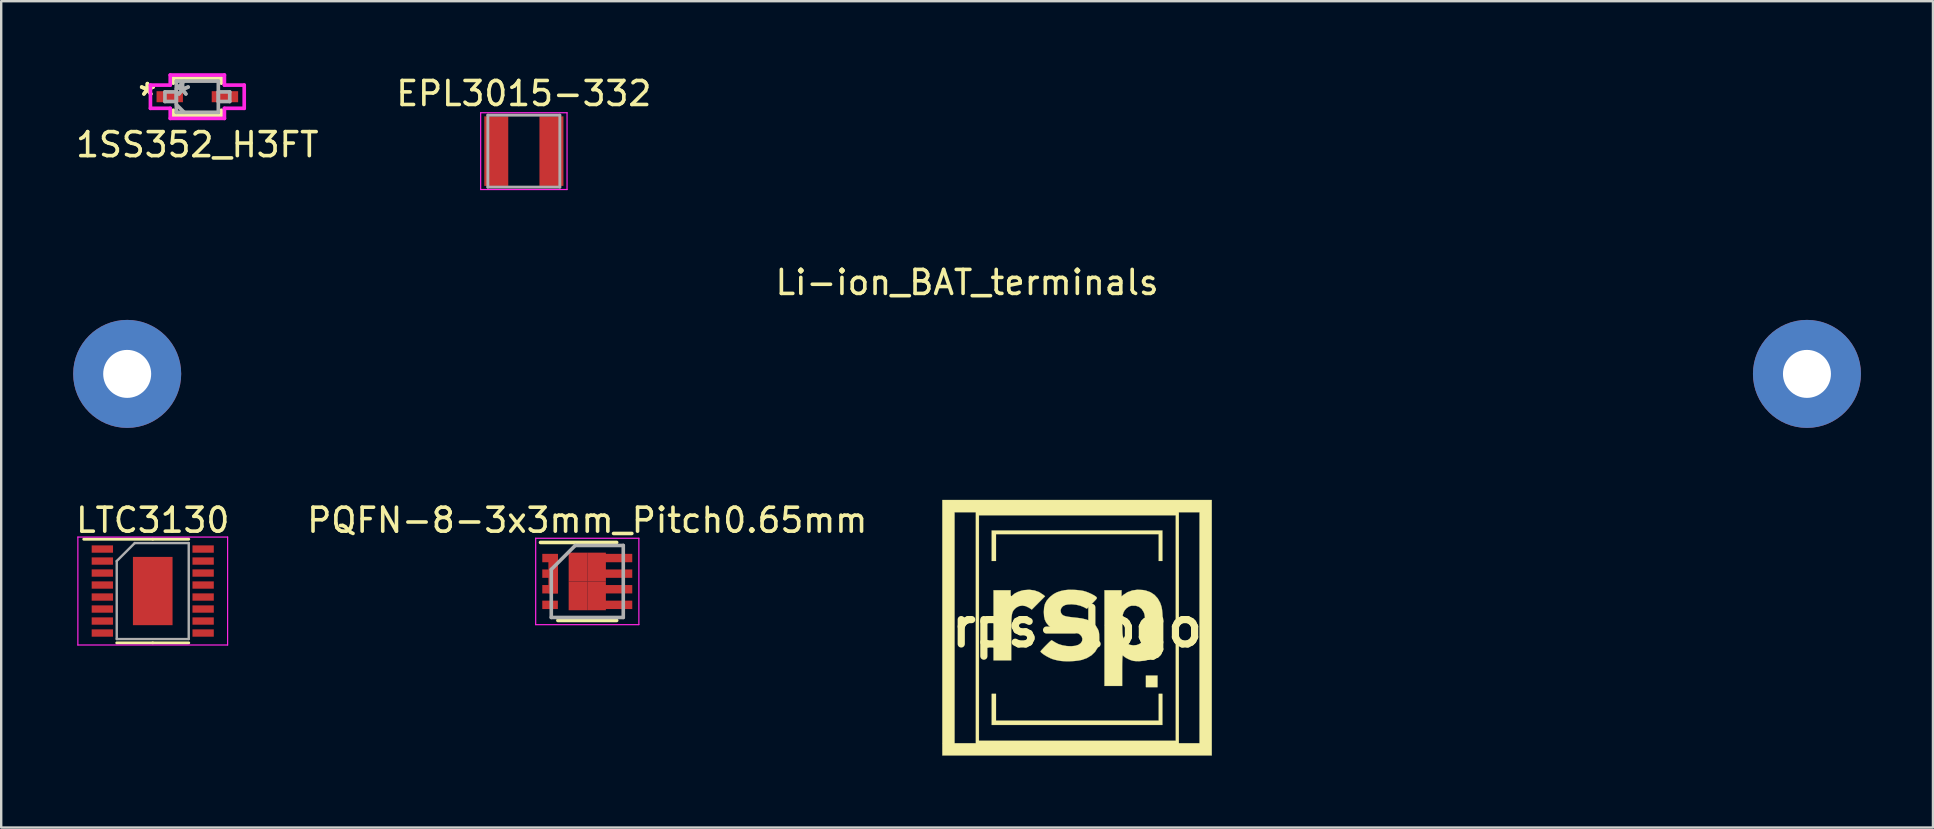
<source format=kicad_pcb>
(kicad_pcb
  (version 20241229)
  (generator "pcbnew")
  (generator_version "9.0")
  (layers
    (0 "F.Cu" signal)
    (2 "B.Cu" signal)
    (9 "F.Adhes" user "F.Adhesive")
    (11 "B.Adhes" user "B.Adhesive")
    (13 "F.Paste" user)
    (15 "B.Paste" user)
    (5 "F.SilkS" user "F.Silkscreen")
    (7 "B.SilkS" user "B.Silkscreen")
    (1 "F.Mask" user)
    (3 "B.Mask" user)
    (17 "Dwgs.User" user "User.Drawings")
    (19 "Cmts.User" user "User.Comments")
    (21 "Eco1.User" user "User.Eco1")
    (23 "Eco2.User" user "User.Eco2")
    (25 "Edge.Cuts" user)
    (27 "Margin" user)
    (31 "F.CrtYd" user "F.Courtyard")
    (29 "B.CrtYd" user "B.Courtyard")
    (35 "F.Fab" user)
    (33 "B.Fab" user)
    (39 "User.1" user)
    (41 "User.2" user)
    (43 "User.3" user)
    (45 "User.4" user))
  (footprint "Li-ion_BAT_terminals"
    (layer "F.Cu")
    (at 37.25 12.531)
    (property "Reference" "Li-ion_BAT_terminals" (at 0 -3.81 0) (layer "F.SilkS") (effects (font (size 1 1) (thickness 0.15))))
    (attr through_hole)
    (pad "1" thru_hole circle (at -35 0) (size 4.501 4.501) (drill 1.999) (layers "*.Cu" "*.Mask"))
    (pad "1" thru_hole circle (at 35 0) (size 4.501 4.501) (drill 1.999) (layers "*.Cu" "*.Mask")))
  (footprint "LTC3130"
    (layer "F.Cu")
    (at 3.315 21.58)
    (property "Reference" "LTC3130" (at 0 -2.95 0) (layer "F.SilkS") (effects (font (size 1 1) (thickness 0.15))))
    (attr smd)
    (fp_line (start 0 -2.16) (end -2.875 -2.16) (stroke (width 0.12) (type solid)) (layer "F.SilkS"))
    (fp_line (start 0 -2.16) (end 1.5 -2.16) (stroke (width 0.12) (type solid)) (layer "F.SilkS"))
    (fp_line (start 0 2.16) (end -1.5 2.16) (stroke (width 0.12) (type solid)) (layer "F.SilkS"))
    (fp_line (start 0 2.16) (end 1.5 2.16) (stroke (width 0.12) (type solid)) (layer "F.SilkS"))
    (fp_line (start -3.12 -2.25) (end -3.12 2.25) (stroke (width 0.05) (type solid)) (layer "F.CrtYd"))
    (fp_line (start -3.12 2.25) (end 3.12 2.25) (stroke (width 0.05) (type solid)) (layer "F.CrtYd"))
    (fp_line (start 3.12 -2.25) (end -3.12 -2.25) (stroke (width 0.05) (type solid)) (layer "F.CrtYd"))
    (fp_line (start 3.12 2.25) (end 3.12 -2.25) (stroke (width 0.05) (type solid)) (layer "F.CrtYd"))
    (fp_line (start -1.5 -1.25) (end -0.75 -2) (stroke (width 0.1) (type solid)) (layer "F.Fab"))
    (fp_line (start -1.5 2) (end -1.5 -1.25) (stroke (width 0.1) (type solid)) (layer "F.Fab"))
    (fp_line (start -0.75 -2) (end 1.5 -2) (stroke (width 0.1) (type solid)) (layer "F.Fab"))
    (fp_line (start 1.5 -2) (end 1.5 2) (stroke (width 0.1) (type solid)) (layer "F.Fab"))
    (fp_line (start 1.5 2) (end -1.5 2) (stroke (width 0.1) (type solid)) (layer "F.Fab"))
    (pad "" smd roundrect (at -0.41 -0.71) (size 0.67 1.15) (layers "F.Paste") (roundrect_rratio 0.25))
    (pad "" smd roundrect (at -0.41 0.71) (size 0.67 1.15) (layers "F.Paste") (roundrect_rratio 0.25))
    (pad "" smd roundrect (at 0.41 -0.71) (size 0.67 1.15) (layers "F.Paste") (roundrect_rratio 0.25))
    (pad "" smd roundrect (at 0.41 0.71) (size 0.67 1.15) (layers "F.Paste") (roundrect_rratio 0.25))
    (pad "1" smd rect (at -2.1 -1.75) (size 0.889 0.305) (layers "F.Cu" "F.Mask" "F.Paste"))
    (pad "2" smd rect (at -2.1 -1.25) (size 0.889 0.305) (layers "F.Cu" "F.Mask" "F.Paste"))
    (pad "3" smd rect (at -2.1 -0.75) (size 0.889 0.305) (layers "F.Cu" "F.Mask" "F.Paste"))
    (pad "4" smd rect (at -2.1 -0.25) (size 0.889 0.305) (layers "F.Cu" "F.Mask" "F.Paste"))
    (pad "5" smd rect (at -2.1 0.25) (size 0.889 0.305) (layers "F.Cu" "F.Mask" "F.Paste"))
    (pad "6" smd rect (at -2.1 0.75) (size 0.889 0.305) (layers "F.Cu" "F.Mask" "F.Paste"))
    (pad "7" smd rect (at -2.1 1.25) (size 0.889 0.305) (layers "F.Cu" "F.Mask" "F.Paste"))
    (pad "8" smd rect (at -2.1 1.75) (size 0.889 0.305) (layers "F.Cu" "F.Mask" "F.Paste"))
    (pad "9" smd rect (at 2.1 1.75) (size 0.889 0.305) (layers "F.Cu" "F.Mask" "F.Paste"))
    (pad "10" smd rect (at 2.1 1.25) (size 0.889 0.305) (layers "F.Cu" "F.Mask" "F.Paste"))
    (pad "11" smd rect (at 2.1 0.75) (size 0.889 0.305) (layers "F.Cu" "F.Mask" "F.Paste"))
    (pad "12" smd rect (at 2.1 0.25) (size 0.889 0.305) (layers "F.Cu" "F.Mask" "F.Paste"))
    (pad "13" smd rect (at 2.1 -0.25) (size 0.889 0.305) (layers "F.Cu" "F.Mask" "F.Paste"))
    (pad "14" smd rect (at 2.1 -0.75) (size 0.889 0.305) (layers "F.Cu" "F.Mask" "F.Paste"))
    (pad "15" smd rect (at 2.1 -1.25) (size 0.889 0.305) (layers "F.Cu" "F.Mask" "F.Paste"))
    (pad "16" smd rect (at 2.1 -1.75) (size 0.889 0.305) (layers "F.Cu" "F.Mask" "F.Paste"))
    (pad "17" smd rect (at 0 0) (size 1.651 2.845) (layers "F.Cu" "F.Mask")))
  (footprint "1SS352_H3FT"
    (layer "F.Cu")
    (at 5.173 0.98)
    (property "Reference" "1SS352_H3FT" (at 0 2 0) (layer "F.SilkS") (effects (font (size 1 1) (thickness 0.15))))
    (attr through_hole)
    (fp_line (start -1.002 -0.777) (end -1.002 -0.563) (stroke (width 0.152) (type solid)) (layer "F.SilkS"))
    (fp_line (start -1.002 0.563) (end -1.002 0.777) (stroke (width 0.152) (type solid)) (layer "F.SilkS"))
    (fp_line (start -1.002 0.777) (end 1.002 0.777) (stroke (width 0.152) (type solid)) (layer "F.SilkS"))
    (fp_line (start 1.002 -0.777) (end -1.002 -0.777) (stroke (width 0.152) (type solid)) (layer "F.SilkS"))
    (fp_line (start 1.002 -0.563) (end 1.002 -0.777) (stroke (width 0.152) (type solid)) (layer "F.SilkS"))
    (fp_line (start 1.002 0.777) (end 1.002 0.563) (stroke (width 0.152) (type solid)) (layer "F.SilkS"))
    (fp_line (start -1.954 -0.484) (end -1.129 -0.484) (stroke (width 0.152) (type solid)) (layer "F.CrtYd"))
    (fp_line (start -1.954 0.484) (end -1.954 -0.484) (stroke (width 0.152) (type solid)) (layer "F.CrtYd"))
    (fp_line (start -1.129 -0.904) (end 1.129 -0.904) (stroke (width 0.152) (type solid)) (layer "F.CrtYd"))
    (fp_line (start -1.129 -0.484) (end -1.129 -0.904) (stroke (width 0.152) (type solid)) (layer "F.CrtYd"))
    (fp_line (start -1.129 0.484) (end -1.954 0.484) (stroke (width 0.152) (type solid)) (layer "F.CrtYd"))
    (fp_line (start -1.129 0.904) (end -1.129 0.484) (stroke (width 0.152) (type solid)) (layer "F.CrtYd"))
    (fp_line (start 1.129 -0.904) (end 1.129 -0.484) (stroke (width 0.152) (type solid)) (layer "F.CrtYd"))
    (fp_line (start 1.129 -0.484) (end 1.954 -0.484) (stroke (width 0.152) (type solid)) (layer "F.CrtYd"))
    (fp_line (start 1.129 0.484) (end 1.129 0.904) (stroke (width 0.152) (type solid)) (layer "F.CrtYd"))
    (fp_line (start 1.129 0.904) (end -1.129 0.904) (stroke (width 0.152) (type solid)) (layer "F.CrtYd"))
    (fp_line (start 1.954 -0.484) (end 1.954 0.484) (stroke (width 0.152) (type solid)) (layer "F.CrtYd"))
    (fp_line (start 1.954 0.484) (end 1.129 0.484) (stroke (width 0.152) (type solid)) (layer "F.CrtYd"))
    (fp_line (start -1.35 -0.2) (end -1.35 0.2) (stroke (width 0.152) (type solid)) (layer "F.Fab"))
    (fp_line (start -1.35 0.2) (end -0.875 0.2) (stroke (width 0.152) (type solid)) (layer "F.Fab"))
    (fp_line (start -0.875 -0.65) (end -0.875 0.65) (stroke (width 0.152) (type solid)) (layer "F.Fab"))
    (fp_line (start -0.875 -0.325) (end -0.55 -0.65) (stroke (width 0.152) (type solid)) (layer "F.Fab"))
    (fp_line (start -0.875 -0.2) (end -1.35 -0.2) (stroke (width 0.152) (type solid)) (layer "F.Fab"))
    (fp_line (start -0.875 0.2) (end -0.875 -0.2) (stroke (width 0.152) (type solid)) (layer "F.Fab"))
    (fp_line (start -0.875 0.325) (end -0.55 0.65) (stroke (width 0.152) (type solid)) (layer "F.Fab"))
    (fp_line (start -0.875 0.65) (end 0.875 0.65) (stroke (width 0.152) (type solid)) (layer "F.Fab"))
    (fp_line (start 0.875 -0.65) (end -0.875 -0.65) (stroke (width 0.152) (type solid)) (layer "F.Fab"))
    (fp_line (start 0.875 -0.2) (end 0.875 0.2) (stroke (width 0.152) (type solid)) (layer "F.Fab"))
    (fp_line (start 0.875 0.2) (end 1.35 0.2) (stroke (width 0.152) (type solid)) (layer "F.Fab"))
    (fp_line (start 0.875 0.65) (end 0.875 -0.65) (stroke (width 0.152) (type solid)) (layer "F.Fab"))
    (fp_line (start 1.35 -0.2) (end 0.875 -0.2) (stroke (width 0.152) (type solid)) (layer "F.Fab"))
    (fp_line (start 1.35 0.2) (end 1.35 -0.2) (stroke (width 0.152) (type solid)) (layer "F.Fab"))
    (fp_text user "*" (at -2.081 0 0) (layer "F.SilkS") (effects (font (size 1 1) (thickness 0.15))))
    (fp_text user "*" (at -2.081 0 0) (layer "F.SilkS") (effects (font (size 1 1) (thickness 0.15))))
    (fp_text user "*" (at -0.621 0 0) (layer "F.Fab") (effects (font (size 1 1) (thickness 0.15))))
    (fp_text user "*" (at -0.621 0 0) (layer "F.Fab") (effects (font (size 1 1) (thickness 0.15))))
    (pad "1" smd rect (at -1.15 0) (size 1.1 0.46) (layers "F.Cu" "F.Mask" "F.Paste"))
    (pad "2" smd rect (at 1.15 0) (size 1.1 0.46) (layers "F.Cu" "F.Mask" "F.Paste")))
  (footprint "rps-logo"
    (layer "F.Cu")
    (at 41.833 23.096)
    (property "Reference" "rps-logo" (at 0 0 0) (layer "F.SilkS") (effects (font (size 1.524 1.524) (thickness 0.3))))
    (attr through_hole)
    (fp_poly (pts (xy 3.353 2.489) (xy 2.87 2.489) (xy 2.87 2.007) (xy 3.353 2.007) (xy 3.353 2.489)) (stroke (width 0.01) (type solid)) (fill yes) (layer "F.SilkS"))
    (fp_poly (pts (xy -3.378 3.886) (xy 3.404 3.886) (xy 3.404 2.769) (xy 3.556 2.769) (xy 3.556 4.064) (xy -3.556 4.064) (xy -3.556 2.769) (xy -3.378 2.769) (xy -3.378 3.886)) (stroke (width 0.01) (type solid)) (fill yes) (layer "F.SilkS"))
    (fp_poly (pts (xy 3.556 -2.769) (xy 3.404 -2.769) (xy 3.404 -3.886) (xy -3.378 -3.886) (xy -3.378 -2.769) (xy -3.556 -2.769) (xy -3.556 -4.039) (xy 3.556 -4.039) (xy 3.556 -2.769)) (stroke (width 0.01) (type solid)) (fill yes) (layer "F.SilkS"))
    (fp_poly (pts (xy 5.613 5.334) (xy -5.613 5.334) (xy -5.613 -4.801) (xy -5.105 -4.801) (xy -5.105 4.826) (xy -4.216 4.826) (xy -4.216 -4.674) (xy -4.089 -4.674) (xy -4.089 4.724) (xy 4.115 4.724) (xy 4.115 -4.674) (xy -4.089 -4.674) (xy -4.216 -4.674) (xy -4.216 -4.801) (xy 4.242 -4.801) (xy 4.242 4.826) (xy 5.105 4.826) (xy 5.105 -4.801) (xy 4.242 -4.801) (xy -4.216 -4.801) (xy -5.105 -4.801) (xy -5.613 -4.801) (xy -5.613 -5.309) (xy 5.613 -5.309) (xy 5.613 5.334)) (stroke (width 0.01) (type solid)) (fill yes) (layer "F.SilkS"))
    (fp_poly (pts (xy -1.777 -1.542) (xy -1.581 -1.472) (xy -1.41 -1.362) (xy -1.41 -1.362) (xy -1.333 -1.298) (xy -1.61 -1.02) (xy -1.886 -0.742) (xy -1.994 -0.816) (xy -2.136 -0.886) (xy -2.279 -0.91) (xy -2.416 -0.888) (xy -2.539 -0.822) (xy -2.585 -0.78) (xy -2.624 -0.739) (xy -2.656 -0.697) (xy -2.681 -0.65) (xy -2.702 -0.593) (xy -2.717 -0.521) (xy -2.728 -0.428) (xy -2.735 -0.308) (xy -2.74 -0.158) (xy -2.742 0.029) (xy -2.743 0.258) (xy -2.743 0.448) (xy -2.743 1.372) (xy -3.48 1.372) (xy -3.48 -1.549) (xy -2.769 -1.549) (xy -2.769 -1.422) (xy -2.764 -1.339) (xy -2.749 -1.302) (xy -2.718 -1.31) (xy -2.677 -1.349) (xy -2.592 -1.417) (xy -2.469 -1.479) (xy -2.324 -1.529) (xy -2.211 -1.554) (xy -1.99 -1.57) (xy -1.777 -1.542)) (stroke (width 0.01) (type solid)) (fill yes) (layer "F.SilkS"))
    (fp_poly (pts (xy 2.751 -1.558) (xy 2.866 -1.536) (xy 3.063 -1.465) (xy 3.23 -1.354) (xy 3.366 -1.204) (xy 3.468 -1.018) (xy 3.521 -0.859) (xy 3.541 -0.749) (xy 3.556 -0.599) (xy 3.566 -0.42) (xy 3.572 -0.223) (xy 3.573 -0.018) (xy 3.57 0.184) (xy 3.561 0.372) (xy 3.548 0.535) (xy 3.53 0.664) (xy 3.521 0.705) (xy 3.446 0.92) (xy 3.34 1.096) (xy 3.202 1.231) (xy 3.032 1.328) (xy 2.83 1.386) (xy 2.593 1.407) (xy 2.565 1.407) (xy 2.442 1.404) (xy 2.352 1.395) (xy 2.275 1.376) (xy 2.194 1.345) (xy 2.159 1.329) (xy 2.071 1.285) (xy 2 1.243) (xy 1.959 1.211) (xy 1.959 1.211) (xy 1.922 1.177) (xy 1.902 1.168) (xy 1.896 1.193) (xy 1.89 1.261) (xy 1.886 1.366) (xy 1.882 1.502) (xy 1.88 1.662) (xy 1.88 1.803) (xy 1.88 2.438) (xy 1.143 2.438) (xy 1.143 -0.098) (xy 1.882 -0.098) (xy 1.884 -0.004) (xy 1.888 0.145) (xy 1.893 0.254) (xy 1.902 0.334) (xy 1.915 0.395) (xy 1.934 0.447) (xy 1.956 0.494) (xy 2.004 0.575) (xy 2.059 0.643) (xy 2.086 0.668) (xy 2.206 0.726) (xy 2.346 0.748) (xy 2.489 0.733) (xy 2.603 0.688) (xy 2.687 0.625) (xy 2.751 0.538) (xy 2.797 0.424) (xy 2.826 0.276) (xy 2.84 0.089) (xy 2.841 -0.141) (xy 2.84 -0.163) (xy 2.834 -0.318) (xy 2.826 -0.432) (xy 2.815 -0.517) (xy 2.798 -0.583) (xy 2.778 -0.636) (xy 2.694 -0.768) (xy 2.583 -0.858) (xy 2.447 -0.904) (xy 2.287 -0.905) (xy 2.254 -0.901) (xy 2.162 -0.871) (xy 2.075 -0.81) (xy 2.041 -0.778) (xy 1.984 -0.711) (xy 1.941 -0.636) (xy 1.911 -0.545) (xy 1.892 -0.43) (xy 1.883 -0.284) (xy 1.882 -0.098) (xy 1.143 -0.098) (xy 1.143 -1.549) (xy 1.854 -1.549) (xy 1.854 -1.291) (xy 1.934 -1.358) (xy 2.105 -1.47) (xy 2.303 -1.541) (xy 2.52 -1.571) (xy 2.751 -1.558)) (stroke (width 0.01) (type solid)) (fill yes) (layer "F.SilkS"))
    (fp_poly (pts (xy -0.012 -1.559) (xy 0.168 -1.538) (xy 0.254 -1.523) (xy 0.359 -1.494) (xy 0.477 -1.449) (xy 0.596 -1.396) (xy 0.701 -1.341) (xy 0.778 -1.291) (xy 0.8 -1.27) (xy 0.819 -1.247) (xy 0.826 -1.225) (xy 0.815 -1.197) (xy 0.782 -1.155) (xy 0.723 -1.093) (xy 0.633 -1.002) (xy 0.409 -0.778) (xy 0.287 -0.844) (xy 0.137 -0.905) (xy -0.037 -0.946) (xy -0.218 -0.964) (xy -0.388 -0.956) (xy -0.488 -0.935) (xy -0.589 -0.884) (xy -0.656 -0.807) (xy -0.686 -0.715) (xy -0.673 -0.619) (xy -0.635 -0.552) (xy -0.597 -0.516) (xy -0.54 -0.486) (xy -0.459 -0.462) (xy -0.346 -0.441) (xy -0.194 -0.422) (xy -0.048 -0.407) (xy 0.194 -0.376) (xy 0.394 -0.328) (xy 0.556 -0.26) (xy 0.686 -0.169) (xy 0.791 -0.053) (xy 0.868 0.076) (xy 0.896 0.141) (xy 0.913 0.21) (xy 0.922 0.297) (xy 0.926 0.417) (xy 0.926 0.445) (xy 0.925 0.569) (xy 0.918 0.659) (xy 0.904 0.731) (xy 0.879 0.8) (xy 0.861 0.84) (xy 0.751 1.017) (xy 0.601 1.162) (xy 0.412 1.276) (xy 0.206 1.351) (xy 0.069 1.379) (xy -0.101 1.399) (xy -0.288 1.41) (xy -0.474 1.41) (xy -0.644 1.4) (xy -0.678 1.396) (xy -0.8 1.376) (xy -0.93 1.346) (xy -1.018 1.32) (xy -1.115 1.281) (xy -1.22 1.229) (xy -1.323 1.17) (xy -1.414 1.11) (xy -1.483 1.055) (xy -1.52 1.013) (xy -1.524 1.001) (xy -1.507 0.976) (xy -1.462 0.924) (xy -1.397 0.854) (xy -1.321 0.775) (xy -1.241 0.695) (xy -1.168 0.623) (xy -1.108 0.568) (xy -1.071 0.537) (xy -1.064 0.533) (xy -1.035 0.547) (xy -0.978 0.581) (xy -0.917 0.621) (xy -0.777 0.693) (xy -0.609 0.745) (xy -0.428 0.776) (xy -0.247 0.784) (xy -0.08 0.768) (xy 0.057 0.725) (xy 0.058 0.725) (xy 0.155 0.656) (xy 0.21 0.569) (xy 0.223 0.473) (xy 0.193 0.379) (xy 0.121 0.296) (xy 0.063 0.259) (xy 0.018 0.247) (xy -0.065 0.232) (xy -0.176 0.217) (xy -0.302 0.204) (xy -0.306 0.203) (xy -0.536 0.177) (xy -0.724 0.146) (xy -0.876 0.106) (xy -1 0.056) (xy -1.103 -0.008) (xy -1.193 -0.087) (xy -1.198 -0.093) (xy -1.285 -0.201) (xy -1.342 -0.32) (xy -1.374 -0.46) (xy -1.384 -0.635) (xy -1.384 -0.648) (xy -1.373 -0.829) (xy -1.338 -0.976) (xy -1.272 -1.105) (xy -1.17 -1.228) (xy -1.115 -1.281) (xy -0.984 -1.385) (xy -0.842 -1.463) (xy -0.674 -1.519) (xy -0.518 -1.552) (xy -0.373 -1.567) (xy -0.198 -1.569) (xy -0.012 -1.559)) (stroke (width 0.01) (type solid)) (fill yes) (layer "F.SilkS")))
  (footprint "PQFN-8-3x3mm_Pitch0.65mm"
    (layer "F.Cu")
    (at 21.423 21.18)
    (property "Reference" "PQFN-8-3x3mm_Pitch0.65mm" (at 0 -2.55 0) (layer "F.SilkS") (effects (font (size 1 1) (thickness 0.15))))
    (attr smd)
    (fp_line (start -1.95 -1.625) (end 1.225 -1.625) (stroke (width 0.15) (type solid)) (layer "F.SilkS"))
    (fp_line (start -1.225 1.625) (end 1.225 1.625) (stroke (width 0.15) (type solid)) (layer "F.SilkS"))
    (fp_line (start -2.15 -1.8) (end -2.15 1.8) (stroke (width 0.05) (type solid)) (layer "F.CrtYd"))
    (fp_line (start -2.15 -1.8) (end 2.15 -1.8) (stroke (width 0.05) (type solid)) (layer "F.CrtYd"))
    (fp_line (start -2.15 1.8) (end 2.15 1.8) (stroke (width 0.05) (type solid)) (layer "F.CrtYd"))
    (fp_line (start 2.15 -1.8) (end 2.15 1.8) (stroke (width 0.05) (type solid)) (layer "F.CrtYd"))
    (fp_line (start -1.5 -0.5) (end -0.5 -1.5) (stroke (width 0.15) (type solid)) (layer "F.Fab"))
    (fp_line (start -1.5 1.5) (end -1.5 -0.5) (stroke (width 0.15) (type solid)) (layer "F.Fab"))
    (fp_line (start -0.5 -1.5) (end 1.5 -1.5) (stroke (width 0.15) (type solid)) (layer "F.Fab"))
    (fp_line (start 1.5 -1.5) (end 1.5 1.5) (stroke (width 0.15) (type solid)) (layer "F.Fab"))
    (fp_line (start 1.5 1.5) (end -1.5 1.5) (stroke (width 0.15) (type solid)) (layer "F.Fab"))
    (pad "1" smd rect (at -1.55 -0.975) (size 0.65 0.35) (layers "F.Cu" "F.Mask" "F.Paste"))
    (pad "1" smd rect (at -1.55 -0.325) (size 0.65 0.35) (layers "F.Cu" "F.Mask" "F.Paste"))
    (pad "1" smd rect (at -1.55 0.325) (size 0.65 0.35) (layers "F.Cu" "F.Mask" "F.Paste"))
    (pad "1" smd rect (at -1.42 -0.32) (size 0.4 1.634) (layers "F.Cu" "F.Mask" "F.Paste"))
    (pad "4" smd rect (at -1.55 0.975) (size 0.65 0.35) (layers "F.Cu" "F.Mask" "F.Paste"))
    (pad "5" smd rect (at -0.388 -0.6) (size 0.775 1.2) (layers "F.Cu" "F.Mask" "F.Paste"))
    (pad "5" smd rect (at -0.388 0.6) (size 0.775 1.2) (layers "F.Cu" "F.Mask" "F.Paste"))
    (pad "5" smd rect (at 0.388 -0.6) (size 0.775 1.2) (layers "F.Cu" "F.Mask" "F.Paste"))
    (pad "5" smd rect (at 0.388 0.6) (size 0.775 1.2) (layers "F.Cu" "F.Mask" "F.Paste"))
    (pad "5" smd rect (at 1.19 -0.975) (size 1.37 0.35) (layers "F.Cu" "F.Mask" "F.Paste"))
    (pad "5" smd rect (at 1.19 -0.325) (size 1.37 0.35) (layers "F.Cu" "F.Mask" "F.Paste"))
    (pad "5" smd rect (at 1.19 0.325) (size 1.37 0.35) (layers "F.Cu" "F.Mask" "F.Paste"))
    (pad "5" smd rect (at 1.19 0.975) (size 1.37 0.35) (layers "F.Cu" "F.Mask" "F.Paste")))
  (footprint "EPL3015-332"
    (layer "F.Cu")
    (at 18.78 3.248)
    (property "Reference" "EPL3015-332" (at 0 -2.4 0) (layer "F.SilkS") (effects (font (size 1 1) (thickness 0.15))))
    (attr through_hole)
    (fp_line (start -1.8 -1.6) (end 1.8 -1.6) (stroke (width 0.05) (type solid)) (layer "F.CrtYd"))
    (fp_line (start -1.8 1.6) (end -1.8 -1.6) (stroke (width 0.05) (type solid)) (layer "F.CrtYd"))
    (fp_line (start 1.8 -1.6) (end 1.8 1.6) (stroke (width 0.05) (type solid)) (layer "F.CrtYd"))
    (fp_line (start 1.8 1.6) (end -1.8 1.6) (stroke (width 0.05) (type solid)) (layer "F.CrtYd"))
    (fp_line (start -1.5 -1.5) (end 1.5 -1.5) (stroke (width 0.12) (type solid)) (layer "F.Fab"))
    (fp_line (start -1.5 1.5) (end -1.5 -1.5) (stroke (width 0.12) (type solid)) (layer "F.Fab"))
    (fp_line (start 1.5 -1.5) (end 1.5 1.5) (stroke (width 0.12) (type solid)) (layer "F.Fab"))
    (fp_line (start 1.5 1.5) (end -1.5 1.5) (stroke (width 0.12) (type solid)) (layer "F.Fab"))
    (pad "1" smd rect (at -1.15 0) (size 1 2.9) (layers "F.Cu" "F.Mask" "F.Paste"))
    (pad "2" smd rect (at 1.15 0) (size 1 2.9) (layers "F.Cu" "F.Mask" "F.Paste")))
  (gr_rect
    (start -3 -3)
    (end 77.501 31.435)
    (stroke (width 0.1) (type default))
    (fill no)
    (layer "Edge.Cuts")))
</source>
